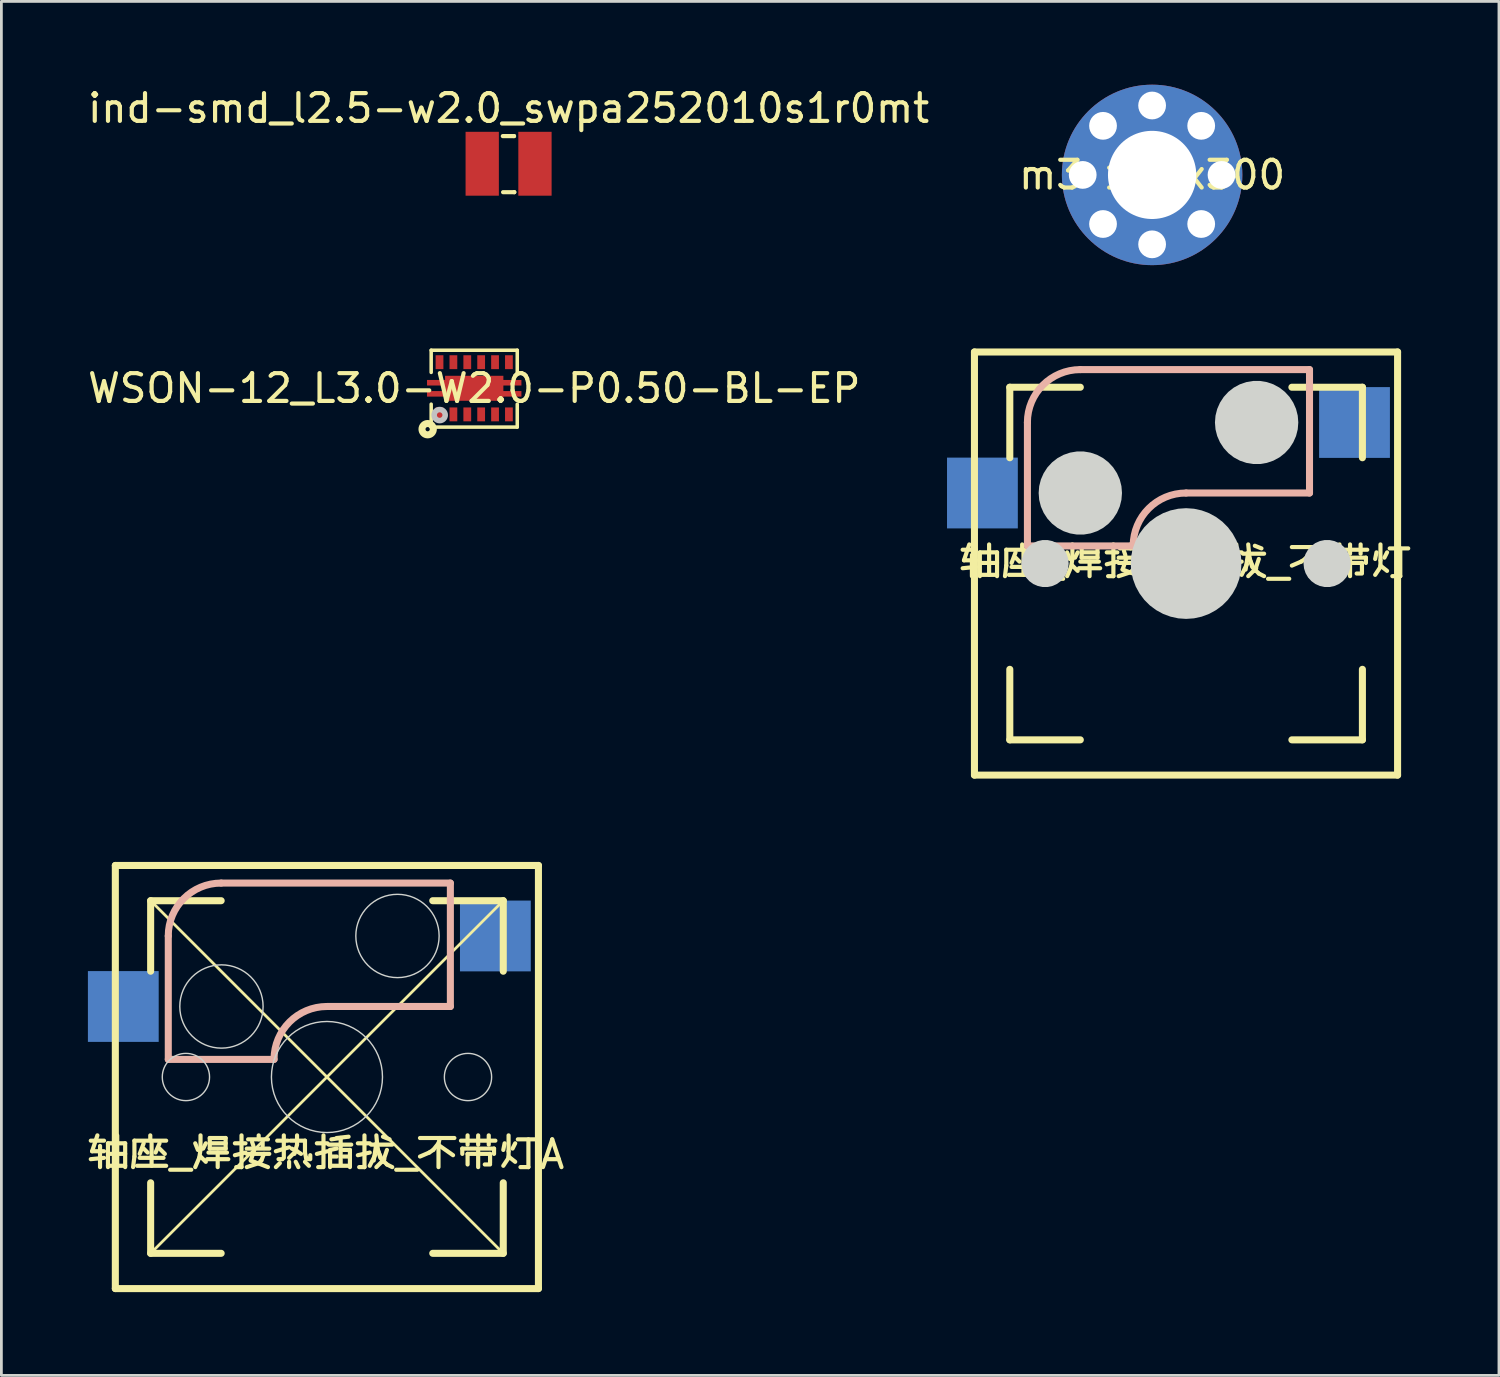
<source format=kicad_pcb>
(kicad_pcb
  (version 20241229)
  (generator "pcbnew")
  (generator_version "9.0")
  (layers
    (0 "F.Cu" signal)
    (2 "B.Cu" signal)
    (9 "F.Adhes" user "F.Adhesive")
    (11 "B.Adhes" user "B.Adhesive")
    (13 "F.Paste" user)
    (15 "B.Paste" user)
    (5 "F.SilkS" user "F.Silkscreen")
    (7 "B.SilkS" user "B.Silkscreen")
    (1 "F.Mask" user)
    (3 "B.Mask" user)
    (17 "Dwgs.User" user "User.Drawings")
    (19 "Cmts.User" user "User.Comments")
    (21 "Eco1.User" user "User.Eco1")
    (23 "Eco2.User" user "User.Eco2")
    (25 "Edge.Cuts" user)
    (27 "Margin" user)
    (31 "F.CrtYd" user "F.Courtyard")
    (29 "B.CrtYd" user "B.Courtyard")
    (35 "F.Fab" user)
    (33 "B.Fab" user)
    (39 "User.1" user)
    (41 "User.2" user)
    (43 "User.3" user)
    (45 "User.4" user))
  (footprint "m3 125x300"
    (layer "F.Cu")
    (at 38.446 3.25)
    (property "Reference" "m3 125x300" (at 0 0 0) (layer "F.SilkS") (effects (font (size 1 1) (thickness 0.15))))
    (pad "1" thru_hole circle (at -2.5 0 180) (size 1 1) (drill 1) (layers "*.Cu" "*.Mask"))
    (pad "1" thru_hole circle (at -1.768 -1.768 135) (size 1 1) (drill 1) (layers "*.Cu" "*.Mask"))
    (pad "1" thru_hole circle (at -1.768 1.768 225) (size 1 1) (drill 1) (layers "*.Cu" "*.Mask"))
    (pad "1" thru_hole circle (at 0 -2.5 90) (size 1 1) (drill 1) (layers "*.Cu" "*.Mask"))
    (pad "1" thru_hole circle (at 0 0) (size 6.5 6.5) (drill oval 3.18 3.175) (layers "*.Cu" "*.Mask"))
    (pad "1" thru_hole circle (at 0 2.5 270) (size 1 1) (drill 1) (layers "*.Cu" "*.Mask"))
    (pad "1" thru_hole circle (at 1.768 -1.768 45) (size 1 1) (drill 1) (layers "*.Cu" "*.Mask"))
    (pad "1" thru_hole circle (at 1.768 1.768 315) (size 1 1) (drill 1) (layers "*.Cu" "*.Mask"))
    (pad "1" thru_hole circle (at 2.5 0) (size 1 1) (drill 1) (layers "*.Cu" "*.Mask")))
  (footprint "ind-smd_l2.5-w2.0_swpa252010s1r0mt"
    (layer "F.Cu")
    (at 15.268 2.848)
    (property "Reference" "ind-smd_l2.5-w2.0_swpa252010s1r0mt" (at 0 -2 0) (layer "F.SilkS") (effects (font (size 1 1) (thickness 0.15))))
    (fp_line (start -0.208 -0.996) (end 0.196 -0.996) (stroke (width 0.15) (type default)) (layer "F.SilkS"))
    (fp_line (start -0.198 1.024) (end 0.205 1.024) (stroke (width 0.15) (type default)) (layer "F.SilkS"))
    (fp_line (start 0.196 -0.996) (end 0.196 -0.998) (stroke (width 0.15) (type default)) (layer "F.SilkS"))
    (fp_line (start 0.205 1.024) (end 0.205 1.021) (stroke (width 0.15) (type default)) (layer "F.SilkS"))
    (fp_poly (pts (xy -0.45 -1.001) (xy -0.45 1.001) (xy -1.25 1.001) (xy -1.25 -1.001)) (stroke (width 0.1) (type default)) (fill no) (layer "User.1"))
    (fp_poly (pts (xy 1.25 -1.001) (xy 1.25 1.001) (xy 0.45 1.001) (xy 0.45 -1.001)) (stroke (width 0.1) (type default)) (fill no) (layer "User.1"))
    (fp_line (start -1.25 -1.001) (end 1.25 -1.001) (stroke (width 0.051) (type default)) (layer "User.2"))
    (fp_line (start -1.25 1.001) (end -1.25 -1.001) (stroke (width 0.051) (type default)) (layer "User.2"))
    (fp_line (start 1.25 -1.001) (end 1.25 1.001) (stroke (width 0.051) (type default)) (layer "User.2"))
    (fp_line (start 1.25 1.001) (end -1.25 1.001) (stroke (width 0.051) (type default)) (layer "User.2"))
    (fp_poly (pts (xy -1.188 -1.001) (xy -1.206 -1.044) (xy -1.25 -1.062) (xy -1.293 -1.044) (xy -1.31 -1.001) (xy -1.293 -0.958) (xy -1.25 -0.94) (xy -1.206 -0.958)) (stroke (width 0.1) (type default)) (fill no) (layer "User.3"))
    (pad "1" smd rect (at -0.95 0) (size 1.199 2.301) (layers "F.Cu" "F.Mask" "F.Paste"))
    (pad "2" smd rect (at 0.95 0) (size 1.199 2.301) (layers "F.Cu" "F.Mask" "F.Paste")))
  (footprint "轴座_焊接热插拔_不带灯A"
    (layer "F.Cu")
    (at 8.726 35.741)
    (property "Reference" "轴座_焊接热插拔_不带灯A" (at -0.03 2.79 0) (layer "F.SilkS") (effects (font (size 1 1) (thickness 0.15))))
    (fp_line (start -7.622 -7.62) (end 7.617 -7.62) (stroke (width 0.254) (type default)) (layer "F.SilkS"))
    (fp_line (start -7.622 7.62) (end -7.622 -7.62) (stroke (width 0.254) (type default)) (layer "F.SilkS"))
    (fp_line (start -6.35 -6.35) (end -3.81 -6.35) (stroke (width 0.254) (type default)) (layer "F.SilkS"))
    (fp_line (start -6.35 -6.35) (end 6.35 6.35) (stroke (width 0.1) (type default)) (layer "F.SilkS"))
    (fp_line (start -6.35 -3.81) (end -6.35 -6.35) (stroke (width 0.254) (type default)) (layer "F.SilkS"))
    (fp_line (start -6.35 3.81) (end -6.35 6.35) (stroke (width 0.254) (type default)) (layer "F.SilkS"))
    (fp_line (start -6.35 6.35) (end -3.81 6.35) (stroke (width 0.254) (type default)) (layer "F.SilkS"))
    (fp_line (start 3.81 6.35) (end 6.35 6.35) (stroke (width 0.254) (type default)) (layer "F.SilkS"))
    (fp_line (start 6.35 -6.35) (end -6.35 6.35) (stroke (width 0.1) (type default)) (layer "F.SilkS"))
    (fp_line (start 6.35 -6.35) (end 3.81 -6.35) (stroke (width 0.254) (type default)) (layer "F.SilkS"))
    (fp_line (start 6.35 -3.81) (end 6.35 -6.35) (stroke (width 0.254) (type default)) (layer "F.SilkS"))
    (fp_line (start 6.35 6.35) (end 6.35 3.81) (stroke (width 0.254) (type default)) (layer "F.SilkS"))
    (fp_line (start 7.617 -7.62) (end 7.617 7.62) (stroke (width 0.254) (type default)) (layer "F.SilkS"))
    (fp_line (start 7.617 7.62) (end -7.622 7.62) (stroke (width 0.254) (type default)) (layer "F.SilkS"))
    (fp_line (start -5.715 -5.08) (end -5.715 -0.635) (stroke (width 0.254) (type default)) (layer "B.SilkS"))
    (fp_line (start -5.715 -0.635) (end -1.905 -0.635) (stroke (width 0.254) (type default)) (layer "B.SilkS"))
    (fp_line (start 4.445 -6.985) (end -3.81 -6.985) (stroke (width 0.254) (type default)) (layer "B.SilkS"))
    (fp_line (start 4.445 -2.54) (end 0 -2.54) (stroke (width 0.254) (type default)) (layer "B.SilkS"))
    (fp_line (start 4.445 -2.54) (end 4.445 -6.985) (stroke (width 0.254) (type default)) (layer "B.SilkS"))
    (fp_arc (start -5.716 -5.08) (mid -5.158038 -6.427038) (end -3.811 -6.985) (stroke (width 0.254) (type default)) (layer "B.SilkS"))
    (fp_arc (start -1.906 -0.635) (mid -1.348038 -1.982038) (end -0.001 -2.54) (stroke (width 0.254) (type default)) (layer "B.SilkS"))
    (fp_circle (center -5.08 0) (end -4.229 0) (stroke (width 0.05) (type default)) (fill no) (layer "Edge.Cuts"))
    (fp_circle (center -3.8 -2.54) (end -2.3 -2.54) (stroke (width 0.05) (type default)) (fill no) (layer "Edge.Cuts"))
    (fp_circle (center 0 0) (end 2 0) (stroke (width 0.05) (type default)) (fill no) (layer "Edge.Cuts"))
    (fp_circle (center 2.54 -5.08) (end 4.04 -5.08) (stroke (width 0.05) (type default)) (fill no) (layer "Edge.Cuts"))
    (fp_circle (center 5.08 0) (end 5.931 0) (stroke (width 0.05) (type default)) (fill no) (layer "Edge.Cuts"))
    (pad "1" smd rect (at 6.066 -5.08) (size 2.55 2.55) (layers "B.Cu" "B.Mask" "B.Paste"))
    (pad "2" smd rect (at -7.335 -2.54) (size 2.55 2.55) (layers "B.Cu" "B.Mask" "B.Paste")))
  (footprint "轴座_焊接热插拔_不带灯"
    (layer "F.Cu")
    (at 38.81 17.247)
    (property "Reference" "轴座_焊接热插拔_不带灯" (at 0.86 0 180) (layer "F.SilkS") (effects (font (size 1 1) (thickness 0.15))))
    (fp_line (start -6.763 -7.62) (end 8.477 -7.62) (stroke (width 0.254) (type default)) (layer "F.SilkS"))
    (fp_line (start -6.763 7.62) (end -6.763 -7.62) (stroke (width 0.254) (type default)) (layer "F.SilkS"))
    (fp_line (start -5.49 -6.35) (end -2.95 -6.35) (stroke (width 0.254) (type default)) (layer "F.SilkS"))
    (fp_line (start -5.49 -3.81) (end -5.49 -6.35) (stroke (width 0.254) (type default)) (layer "F.SilkS"))
    (fp_line (start -5.49 3.81) (end -5.49 6.35) (stroke (width 0.254) (type default)) (layer "F.SilkS"))
    (fp_line (start -5.49 6.35) (end -2.95 6.35) (stroke (width 0.254) (type default)) (layer "F.SilkS"))
    (fp_line (start 4.67 6.35) (end 7.21 6.35) (stroke (width 0.254) (type default)) (layer "F.SilkS"))
    (fp_line (start 7.21 -6.35) (end 4.67 -6.35) (stroke (width 0.254) (type default)) (layer "F.SilkS"))
    (fp_line (start 7.21 -3.81) (end 7.21 -6.35) (stroke (width 0.254) (type default)) (layer "F.SilkS"))
    (fp_line (start 7.21 6.35) (end 7.21 3.81) (stroke (width 0.254) (type default)) (layer "F.SilkS"))
    (fp_line (start 8.477 -7.62) (end 8.477 7.62) (stroke (width 0.254) (type default)) (layer "F.SilkS"))
    (fp_line (start 8.477 7.62) (end -6.763 7.62) (stroke (width 0.254) (type default)) (layer "F.SilkS"))
    (fp_line (start -4.855 -5.08) (end -4.855 -0.635) (stroke (width 0.254) (type default)) (layer "B.SilkS"))
    (fp_line (start -4.855 -0.635) (end -1.045 -0.635) (stroke (width 0.254) (type default)) (layer "B.SilkS"))
    (fp_line (start 5.305 -6.985) (end -2.95 -6.985) (stroke (width 0.254) (type default)) (layer "B.SilkS"))
    (fp_line (start 5.305 -2.54) (end 0.86 -2.54) (stroke (width 0.254) (type default)) (layer "B.SilkS"))
    (fp_line (start 5.305 -2.54) (end 5.305 -6.985) (stroke (width 0.254) (type default)) (layer "B.SilkS"))
    (fp_arc (start -4.856 -5.08) (mid -4.298038 -6.427038) (end -2.951 -6.985) (stroke (width 0.254) (type default)) (layer "B.SilkS"))
    (fp_arc (start -1.046 -0.635) (mid -0.488038 -1.982038) (end 0.859 -2.54) (stroke (width 0.254) (type default)) (layer "B.SilkS"))
    (fp_poly (pts (xy -5.071 0) (xy -5.052 0.177) (xy -4.997 0.346) (xy -4.908 0.5) (xy -4.789 0.632) (xy -4.646 0.737) (xy -4.483 0.809) (xy -4.309 0.846) (xy -4.131 0.846) (xy -3.957 0.809) (xy -3.795 0.737) (xy -3.651 0.632) (xy -3.532 0.5) (xy -3.443 0.346) (xy -3.388 0.177) (xy -3.369 0) (xy -3.388 -0.177) (xy -3.443 -0.346) (xy -3.532 -0.5) (xy -3.651 -0.632) (xy -3.795 -0.737) (xy -3.957 -0.809) (xy -4.131 -0.846) (xy -4.309 -0.846) (xy -4.483 -0.809) (xy -4.646 -0.737) (xy -4.789 -0.632) (xy -4.908 -0.5) (xy -4.997 -0.346) (xy -5.052 -0.177)) (stroke (width 0) (type default)) (fill yes) (layer "Edge.Cuts"))
    (fp_poly (pts (xy 5.089 0) (xy 5.108 0.177) (xy 5.163 0.346) (xy 5.252 0.5) (xy 5.371 0.632) (xy 5.514 0.737) (xy 5.677 0.809) (xy 5.851 0.846) (xy 6.029 0.846) (xy 6.203 0.809) (xy 6.365 0.737) (xy 6.509 0.632) (xy 6.628 0.5) (xy 6.717 0.346) (xy 6.772 0.177) (xy 6.791 0) (xy 6.772 -0.177) (xy 6.717 -0.346) (xy 6.628 -0.5) (xy 6.509 -0.632) (xy 6.365 -0.737) (xy 6.203 -0.809) (xy 6.029 -0.846) (xy 5.851 -0.846) (xy 5.677 -0.809) (xy 5.514 -0.737) (xy 5.371 -0.632) (xy 5.252 -0.5) (xy 5.163 -0.346) (xy 5.108 -0.177)) (stroke (width 0) (type default)) (fill yes) (layer "Edge.Cuts"))
    (fp_poly (pts (xy -4.451 -2.54) (xy -4.431 -2.293) (xy -4.37 -2.053) (xy -4.27 -1.826) (xy -4.135 -1.618) (xy -3.967 -1.436) (xy -3.771 -1.283) (xy -3.553 -1.165) (xy -3.318 -1.085) (xy -3.074 -1.044) (xy -2.826 -1.044) (xy -2.582 -1.085) (xy -2.347 -1.165) (xy -2.129 -1.283) (xy -1.933 -1.436) (xy -1.766 -1.618) (xy -1.63 -1.826) (xy -1.53 -2.053) (xy -1.469 -2.293) (xy -1.449 -2.54) (xy -1.469 -2.787) (xy -1.53 -3.027) (xy -1.63 -3.254) (xy -1.766 -3.462) (xy -1.933 -3.644) (xy -2.129 -3.797) (xy -2.347 -3.915) (xy -2.582 -3.995) (xy -2.826 -4.036) (xy -3.074 -4.036) (xy -3.318 -3.995) (xy -3.553 -3.915) (xy -3.771 -3.797) (xy -3.967 -3.644) (xy -4.135 -3.462) (xy -4.27 -3.254) (xy -4.37 -3.027) (xy -4.431 -2.787)) (stroke (width 0) (type default)) (fill yes) (layer "Edge.Cuts"))
    (fp_poly (pts (xy 1.899 -5.08) (xy 1.919 -4.833) (xy 1.98 -4.593) (xy 2.08 -4.366) (xy 2.216 -4.158) (xy 2.383 -3.976) (xy 2.579 -3.823) (xy 2.797 -3.705) (xy 3.032 -3.625) (xy 3.276 -3.584) (xy 3.524 -3.584) (xy 3.768 -3.625) (xy 4.003 -3.705) (xy 4.221 -3.823) (xy 4.417 -3.976) (xy 4.585 -4.158) (xy 4.72 -4.366) (xy 4.82 -4.593) (xy 4.881 -4.833) (xy 4.901 -5.08) (xy 4.881 -5.327) (xy 4.82 -5.567) (xy 4.72 -5.794) (xy 4.585 -6.002) (xy 4.417 -6.184) (xy 4.221 -6.337) (xy 4.003 -6.455) (xy 3.768 -6.535) (xy 3.524 -6.576) (xy 3.276 -6.576) (xy 3.032 -6.535) (xy 2.797 -6.455) (xy 2.579 -6.337) (xy 2.383 -6.184) (xy 2.216 -6.002) (xy 2.08 -5.794) (xy 1.98 -5.567) (xy 1.919 -5.327)) (stroke (width 0) (type default)) (fill yes) (layer "Edge.Cuts"))
    (fp_poly (pts (xy -1.134 0) (xy -1.114 0.284) (xy -1.053 0.562) (xy -0.954 0.828) (xy -0.817 1.078) (xy -0.647 1.306) (xy -0.446 1.507) (xy -0.218 1.677) (xy 0.032 1.814) (xy 0.298 1.913) (xy 0.576 1.974) (xy 0.86 1.994) (xy 1.144 1.974) (xy 1.422 1.913) (xy 1.688 1.814) (xy 1.938 1.677) (xy 2.166 1.507) (xy 2.367 1.306) (xy 2.537 1.078) (xy 2.674 0.828) (xy 2.773 0.562) (xy 2.834 0.284) (xy 2.854 0) (xy 2.834 -0.284) (xy 2.773 -0.562) (xy 2.674 -0.828) (xy 2.537 -1.078) (xy 2.367 -1.306) (xy 2.166 -1.507) (xy 1.938 -1.677) (xy 1.688 -1.814) (xy 1.422 -1.913) (xy 1.144 -1.974) (xy 0.86 -1.994) (xy 0.576 -1.974) (xy 0.298 -1.913) (xy 0.032 -1.814) (xy -0.218 -1.677) (xy -0.446 -1.507) (xy -0.647 -1.306) (xy -0.817 -1.078) (xy -0.954 -0.828) (xy -1.053 -0.562) (xy -1.114 -0.284)) (stroke (width 0) (type default)) (fill yes) (layer "Edge.Cuts"))
    (pad "1" smd rect (at 6.926 -5.08) (size 2.55 2.55) (layers "B.Cu" "B.Mask" "B.Paste"))
    (pad "2" smd rect (at -6.476 -2.54) (size 2.55 2.55) (layers "B.Cu" "B.Mask" "B.Paste")))
  (footprint "WSON-12_L3.0-W2.0-P0.50-BL-EP"
    (layer "F.Cu")
    (at 14.03 10.935)
    (property "Reference" "WSON-12_L3.0-W2.0-P0.50-BL-EP" (at 0 0 0) (layer "F.SilkS") (effects (font (size 1 1) (thickness 0.15))))
    (fp_line (start -1.55 -0.572) (end -1.55 -1.371) (stroke (width 0.127) (type default)) (layer "F.SilkS"))
    (fp_line (start -1.55 1.397) (end -1.55 0.572) (stroke (width 0.127) (type default)) (layer "F.SilkS"))
    (fp_line (start 1.55 -1.371) (end -1.55 -1.371) (stroke (width 0.127) (type default)) (layer "F.SilkS"))
    (fp_line (start 1.55 -0.572) (end 1.55 -1.371) (stroke (width 0.127) (type default)) (layer "F.SilkS"))
    (fp_line (start 1.55 0.572) (end 1.55 1.397) (stroke (width 0.127) (type default)) (layer "F.SilkS"))
    (fp_line (start 1.55 1.397) (end -1.55 1.397) (stroke (width 0.127) (type default)) (layer "F.SilkS"))
    (fp_circle (center -1.677 1.473) (end -1.6 1.473) (stroke (width 0.254) (type default)) (fill no) (layer "F.SilkS"))
    (fp_circle (center -1.244 0.965) (end -1.145 0.965) (stroke (width 0.2) (type default)) (fill no) (layer "Dwgs.User"))
    (fp_poly (pts (xy -1.375 -0.7) (xy -1.125 -0.7) (xy -1.125 -1) (xy -1.375 -1)) (stroke (width 0.1) (type default)) (fill no) (layer "User.1"))
    (fp_poly (pts (xy -1.125 0.7) (xy -1.375 0.7) (xy -1.375 1) (xy -1.125 1)) (stroke (width 0.1) (type default)) (fill no) (layer "User.1"))
    (fp_poly (pts (xy -0.875 -0.7) (xy -0.625 -0.7) (xy -0.625 -1) (xy -0.875 -1)) (stroke (width 0.1) (type default)) (fill no) (layer "User.1"))
    (fp_poly (pts (xy -0.625 0.7) (xy -0.875 0.7) (xy -0.875 1) (xy -0.625 1)) (stroke (width 0.1) (type default)) (fill no) (layer "User.1"))
    (fp_poly (pts (xy -0.375 -0.7) (xy -0.125 -0.7) (xy -0.125 -1) (xy -0.375 -1)) (stroke (width 0.1) (type default)) (fill no) (layer "User.1"))
    (fp_poly (pts (xy -0.125 0.7) (xy -0.375 0.7) (xy -0.375 1) (xy -0.125 1)) (stroke (width 0.1) (type default)) (fill no) (layer "User.1"))
    (fp_poly (pts (xy 0.125 -0.7) (xy 0.375 -0.7) (xy 0.375 -1) (xy 0.125 -1)) (stroke (width 0.1) (type default)) (fill no) (layer "User.1"))
    (fp_poly (pts (xy 0.375 0.7) (xy 0.125 0.7) (xy 0.125 1) (xy 0.375 1)) (stroke (width 0.1) (type default)) (fill no) (layer "User.1"))
    (fp_poly (pts (xy 0.625 -0.7) (xy 0.875 -0.7) (xy 0.875 -1) (xy 0.625 -1)) (stroke (width 0.1) (type default)) (fill no) (layer "User.1"))
    (fp_poly (pts (xy 0.875 0.7) (xy 0.625 0.7) (xy 0.625 1) (xy 0.875 1)) (stroke (width 0.1) (type default)) (fill no) (layer "User.1"))
    (fp_poly (pts (xy 1.125 -0.7) (xy 1.375 -0.7) (xy 1.375 -1) (xy 1.125 -1)) (stroke (width 0.1) (type default)) (fill no) (layer "User.1"))
    (fp_poly (pts (xy 1.375 0.7) (xy 1.125 0.7) (xy 1.125 1) (xy 1.375 1)) (stroke (width 0.1) (type default)) (fill no) (layer "User.1"))
    (fp_poly (pts (xy -1.05 -0.45) (xy -1.05 -0.3) (xy -1.51 -0.3) (xy -1.51 -0.1) (xy -1.5 -0.1) (xy -1.05 -0.1) (xy -1.05 0.1) (xy -1.51 0.1) (xy -1.51 0.3) (xy -1.05 0.3) (xy -1.05 0.45) (xy 1.05 0.45) (xy 1.05 0.3) (xy 1.51 0.3) (xy 1.51 0.1) (xy 1.05 0.1) (xy 1.05 -0.1) (xy 1.51 -0.1) (xy 1.51 -0.3) (xy 1.05 -0.3) (xy 1.05 -0.45)) (stroke (width 0.1) (type default)) (fill no) (layer "User.1"))
    (fp_line (start -1.5 -1) (end 1.5 -1) (stroke (width 0.051) (type default)) (layer "User.2"))
    (fp_line (start -1.5 1) (end -1.5 -1) (stroke (width 0.051) (type default)) (layer "User.2"))
    (fp_line (start 1.5 -1) (end 1.5 1) (stroke (width 0.051) (type default)) (layer "User.2"))
    (fp_line (start 1.5 1) (end -1.5 1) (stroke (width 0.051) (type default)) (layer "User.2"))
    (fp_poly (pts (xy -1.44 1) (xy -1.458 0.958) (xy -1.5 0.94) (xy -1.542 0.958) (xy -1.56 1) (xy -1.542 1.042) (xy -1.5 1.06) (xy -1.458 1.042)) (stroke (width 0.1) (type default)) (fill no) (layer "User.3"))
    (pad "1" smd rect (at -1.25 0.94) (size 0.28 0.5) (layers "F.Cu" "F.Mask" "F.Paste"))
    (pad "2" smd rect (at -0.75 0.94) (size 0.28 0.5) (layers "F.Cu" "F.Mask" "F.Paste"))
    (pad "3" smd rect (at -0.25 0.94) (size 0.28 0.5) (layers "F.Cu" "F.Mask" "F.Paste"))
    (pad "4" smd rect (at 0.25 0.94) (size 0.28 0.5) (layers "F.Cu" "F.Mask" "F.Paste"))
    (pad "5" smd rect (at 0.75 0.94) (size 0.28 0.5) (layers "F.Cu" "F.Mask" "F.Paste"))
    (pad "6" smd rect (at 1.25 0.94) (size 0.28 0.5) (layers "F.Cu" "F.Mask" "F.Paste"))
    (pad "7" smd rect (at 1.25 -0.94) (size 0.28 0.5) (layers "F.Cu" "F.Mask" "F.Paste"))
    (pad "8" smd rect (at 0.75 -0.94) (size 0.28 0.5) (layers "F.Cu" "F.Mask" "F.Paste"))
    (pad "9" smd rect (at 0.25 -0.94) (size 0.28 0.5) (layers "F.Cu" "F.Mask" "F.Paste"))
    (pad "10" smd rect (at -0.25 -0.94) (size 0.28 0.5) (layers "F.Cu" "F.Mask" "F.Paste"))
    (pad "11" smd rect (at -0.75 -0.94) (size 0.28 0.5) (layers "F.Cu" "F.Mask" "F.Paste"))
    (pad "12" smd rect (at -1.25 -0.94) (size 0.28 0.5) (layers "F.Cu" "F.Mask" "F.Paste"))
    (pad "13" smd custom (at 0 0) (size 0.000001 0.000001) (layers "F.Cu" "F.Mask" "F.Paste") (options (anchor circle)) (primitives (gr_poly (pts (xy -1.05 -0.45) (xy -1.05 -0.3) (xy -1.7 -0.3) (xy -1.7 -0.1) (xy -1.05 -0.1) (xy -1.05 0.1) (xy -1.7 0.1) (xy -1.7 0.3) (xy -1.05 0.3) (xy -1.05 0.45) (xy 1.05 0.45) (xy 1.05 0.3) (xy 1.7 0.3) (xy 1.7 0.1) (xy 1.05 0.1) (xy 1.05 -0.1) (xy 1.7 -0.1) (xy 1.7 -0.3) (xy 1.05 -0.3) (xy 1.05 -0.45)) (width 0) (fill yes)))))
  (gr_rect
    (start -3 -3)
    (end 50.938 46.488)
    (stroke (width 0.1) (type default))
    (fill no)
    (layer "Edge.Cuts")))
</source>
